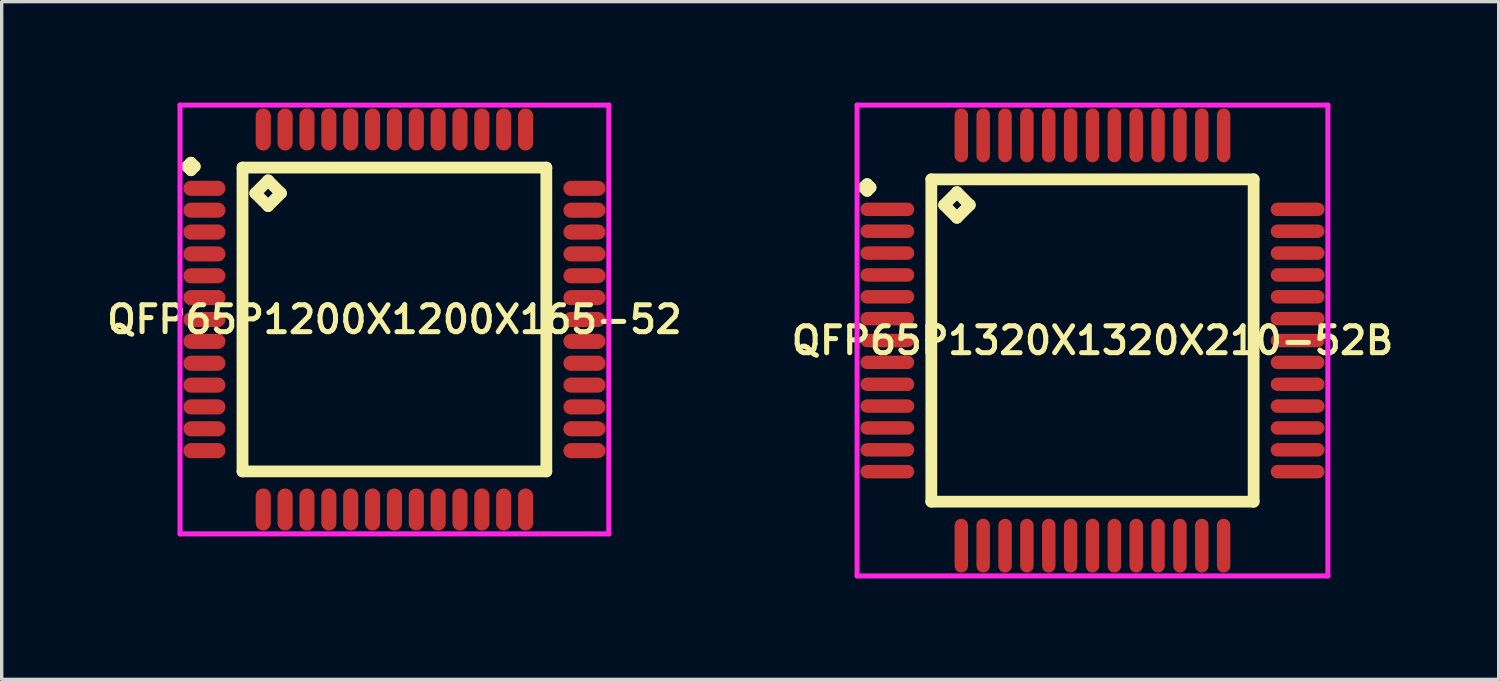
<source format=kicad_pcb>
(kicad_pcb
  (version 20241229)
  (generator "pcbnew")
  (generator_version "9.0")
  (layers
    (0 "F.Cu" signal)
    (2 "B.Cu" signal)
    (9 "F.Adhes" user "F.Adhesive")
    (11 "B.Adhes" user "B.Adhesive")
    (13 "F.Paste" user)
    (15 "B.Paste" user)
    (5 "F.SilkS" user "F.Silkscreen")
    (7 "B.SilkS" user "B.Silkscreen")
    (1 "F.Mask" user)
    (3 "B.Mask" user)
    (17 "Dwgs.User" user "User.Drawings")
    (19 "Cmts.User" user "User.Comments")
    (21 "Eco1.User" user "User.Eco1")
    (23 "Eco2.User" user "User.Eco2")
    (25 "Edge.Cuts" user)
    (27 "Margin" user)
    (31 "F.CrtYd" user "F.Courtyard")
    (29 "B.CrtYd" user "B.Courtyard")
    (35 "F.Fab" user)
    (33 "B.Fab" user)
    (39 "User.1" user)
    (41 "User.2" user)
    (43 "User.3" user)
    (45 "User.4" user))
  (footprint "QFP65P1200X1200X165-52"
    (layer "F.Cu")
    (at 8.678 6.45)
    (property "Reference" "QFP65P1200X1200X165-52" (at 0 0 0) (layer "F.SilkS") (effects (font (size 0.8 0.8) (thickness 0.15))))
    (attr through_hole)
    (fp_line (start -6.162 -4.55) (end -6.05 -4.662) (stroke (width 0.35) (type solid)) (layer "F.SilkS"))
    (fp_line (start -6.05 -4.662) (end -5.938 -4.55) (stroke (width 0.35) (type solid)) (layer "F.SilkS"))
    (fp_line (start -6.05 -4.438) (end -6.162 -4.55) (stroke (width 0.35) (type solid)) (layer "F.SilkS"))
    (fp_line (start -5.938 -4.55) (end -6.05 -4.438) (stroke (width 0.35) (type solid)) (layer "F.SilkS"))
    (fp_line (start -4.517 -4.517) (end -4.517 4.517) (stroke (width 0.35) (type solid)) (layer "F.SilkS"))
    (fp_line (start -4.517 4.517) (end 4.517 4.517) (stroke (width 0.35) (type solid)) (layer "F.SilkS"))
    (fp_line (start -4.136 -3.755) (end -3.755 -4.136) (stroke (width 0.35) (type solid)) (layer "F.SilkS"))
    (fp_line (start -3.755 -4.136) (end -3.374 -3.755) (stroke (width 0.35) (type solid)) (layer "F.SilkS"))
    (fp_line (start -3.755 -3.374) (end -4.136 -3.755) (stroke (width 0.35) (type solid)) (layer "F.SilkS"))
    (fp_line (start -3.374 -3.755) (end -3.755 -3.374) (stroke (width 0.35) (type solid)) (layer "F.SilkS"))
    (fp_line (start 4.517 -4.517) (end -4.517 -4.517) (stroke (width 0.35) (type solid)) (layer "F.SilkS"))
    (fp_line (start 4.517 4.517) (end 4.517 -4.517) (stroke (width 0.35) (type solid)) (layer "F.SilkS"))
    (fp_line (start -6.375 -6.375) (end 6.375 -6.375) (stroke (width 0.15) (type solid)) (layer "F.CrtYd"))
    (fp_line (start -6.375 6.375) (end -6.375 -6.375) (stroke (width 0.15) (type solid)) (layer "F.CrtYd"))
    (fp_line (start 6.375 -6.375) (end 6.375 6.375) (stroke (width 0.15) (type solid)) (layer "F.CrtYd"))
    (fp_line (start 6.375 6.375) (end -6.375 6.375) (stroke (width 0.15) (type solid)) (layer "F.CrtYd"))
    (pad "1" smd oval (at -5.65 -3.9) (size 1.25 0.45) (layers "F.Cu" "F.Mask" "F.Paste"))
    (pad "2" smd oval (at -5.65 -3.25) (size 1.25 0.45) (layers "F.Cu" "F.Mask" "F.Paste"))
    (pad "3" smd oval (at -5.65 -2.6) (size 1.25 0.45) (layers "F.Cu" "F.Mask" "F.Paste"))
    (pad "4" smd oval (at -5.65 -1.95) (size 1.25 0.45) (layers "F.Cu" "F.Mask" "F.Paste"))
    (pad "5" smd oval (at -5.65 -1.3) (size 1.25 0.45) (layers "F.Cu" "F.Mask" "F.Paste"))
    (pad "6" smd oval (at -5.65 -0.65) (size 1.25 0.45) (layers "F.Cu" "F.Mask" "F.Paste"))
    (pad "7" smd oval (at -5.65 0) (size 1.25 0.45) (layers "F.Cu" "F.Mask" "F.Paste"))
    (pad "8" smd oval (at -5.65 0.65) (size 1.25 0.45) (layers "F.Cu" "F.Mask" "F.Paste"))
    (pad "9" smd oval (at -5.65 1.3) (size 1.25 0.45) (layers "F.Cu" "F.Mask" "F.Paste"))
    (pad "10" smd oval (at -5.65 1.95) (size 1.25 0.45) (layers "F.Cu" "F.Mask" "F.Paste"))
    (pad "11" smd oval (at -5.65 2.6) (size 1.25 0.45) (layers "F.Cu" "F.Mask" "F.Paste"))
    (pad "12" smd oval (at -5.65 3.25) (size 1.25 0.45) (layers "F.Cu" "F.Mask" "F.Paste"))
    (pad "13" smd oval (at -5.65 3.9) (size 1.25 0.45) (layers "F.Cu" "F.Mask" "F.Paste"))
    (pad "14" smd oval (at -3.9 5.65) (size 0.45 1.25) (layers "F.Cu" "F.Mask" "F.Paste"))
    (pad "15" smd oval (at -3.25 5.65) (size 0.45 1.25) (layers "F.Cu" "F.Mask" "F.Paste"))
    (pad "16" smd oval (at -2.6 5.65) (size 0.45 1.25) (layers "F.Cu" "F.Mask" "F.Paste"))
    (pad "17" smd oval (at -1.95 5.65) (size 0.45 1.25) (layers "F.Cu" "F.Mask" "F.Paste"))
    (pad "18" smd oval (at -1.3 5.65) (size 0.45 1.25) (layers "F.Cu" "F.Mask" "F.Paste"))
    (pad "19" smd oval (at -0.65 5.65) (size 0.45 1.25) (layers "F.Cu" "F.Mask" "F.Paste"))
    (pad "20" smd oval (at 0 5.65) (size 0.45 1.25) (layers "F.Cu" "F.Mask" "F.Paste"))
    (pad "21" smd oval (at 0.65 5.65) (size 0.45 1.25) (layers "F.Cu" "F.Mask" "F.Paste"))
    (pad "22" smd oval (at 1.3 5.65) (size 0.45 1.25) (layers "F.Cu" "F.Mask" "F.Paste"))
    (pad "23" smd oval (at 1.95 5.65) (size 0.45 1.25) (layers "F.Cu" "F.Mask" "F.Paste"))
    (pad "24" smd oval (at 2.6 5.65) (size 0.45 1.25) (layers "F.Cu" "F.Mask" "F.Paste"))
    (pad "25" smd oval (at 3.25 5.65) (size 0.45 1.25) (layers "F.Cu" "F.Mask" "F.Paste"))
    (pad "26" smd oval (at 3.9 5.65) (size 0.45 1.25) (layers "F.Cu" "F.Mask" "F.Paste"))
    (pad "27" smd oval (at 5.65 3.9) (size 1.25 0.45) (layers "F.Cu" "F.Mask" "F.Paste"))
    (pad "28" smd oval (at 5.65 3.25) (size 1.25 0.45) (layers "F.Cu" "F.Mask" "F.Paste"))
    (pad "29" smd oval (at 5.65 2.6) (size 1.25 0.45) (layers "F.Cu" "F.Mask" "F.Paste"))
    (pad "30" smd oval (at 5.65 1.95) (size 1.25 0.45) (layers "F.Cu" "F.Mask" "F.Paste"))
    (pad "31" smd oval (at 5.65 1.3) (size 1.25 0.45) (layers "F.Cu" "F.Mask" "F.Paste"))
    (pad "32" smd oval (at 5.65 0.65) (size 1.25 0.45) (layers "F.Cu" "F.Mask" "F.Paste"))
    (pad "33" smd oval (at 5.65 0) (size 1.25 0.45) (layers "F.Cu" "F.Mask" "F.Paste"))
    (pad "34" smd oval (at 5.65 -0.65) (size 1.25 0.45) (layers "F.Cu" "F.Mask" "F.Paste"))
    (pad "35" smd oval (at 5.65 -1.3) (size 1.25 0.45) (layers "F.Cu" "F.Mask" "F.Paste"))
    (pad "36" smd oval (at 5.65 -1.95) (size 1.25 0.45) (layers "F.Cu" "F.Mask" "F.Paste"))
    (pad "37" smd oval (at 5.65 -2.6) (size 1.25 0.45) (layers "F.Cu" "F.Mask" "F.Paste"))
    (pad "38" smd oval (at 5.65 -3.25) (size 1.25 0.45) (layers "F.Cu" "F.Mask" "F.Paste"))
    (pad "39" smd oval (at 5.65 -3.9) (size 1.25 0.45) (layers "F.Cu" "F.Mask" "F.Paste"))
    (pad "40" smd oval (at 3.9 -5.65) (size 0.45 1.25) (layers "F.Cu" "F.Mask" "F.Paste"))
    (pad "41" smd oval (at 3.25 -5.65) (size 0.45 1.25) (layers "F.Cu" "F.Mask" "F.Paste"))
    (pad "42" smd oval (at 2.6 -5.65) (size 0.45 1.25) (layers "F.Cu" "F.Mask" "F.Paste"))
    (pad "43" smd oval (at 1.95 -5.65) (size 0.45 1.25) (layers "F.Cu" "F.Mask" "F.Paste"))
    (pad "44" smd oval (at 1.3 -5.65) (size 0.45 1.25) (layers "F.Cu" "F.Mask" "F.Paste"))
    (pad "45" smd oval (at 0.65 -5.65) (size 0.45 1.25) (layers "F.Cu" "F.Mask" "F.Paste"))
    (pad "46" smd oval (at 0 -5.65) (size 0.45 1.25) (layers "F.Cu" "F.Mask" "F.Paste"))
    (pad "47" smd oval (at -0.65 -5.65) (size 0.45 1.25) (layers "F.Cu" "F.Mask" "F.Paste"))
    (pad "48" smd oval (at -1.3 -5.65) (size 0.45 1.25) (layers "F.Cu" "F.Mask" "F.Paste"))
    (pad "49" smd oval (at -1.95 -5.65) (size 0.45 1.25) (layers "F.Cu" "F.Mask" "F.Paste"))
    (pad "50" smd oval (at -2.6 -5.65) (size 0.45 1.25) (layers "F.Cu" "F.Mask" "F.Paste"))
    (pad "51" smd oval (at -3.25 -5.65) (size 0.45 1.25) (layers "F.Cu" "F.Mask" "F.Paste"))
    (pad "52" smd oval (at -3.9 -5.65) (size 0.45 1.25) (layers "F.Cu" "F.Mask" "F.Paste")))
  (footprint "QFP65P1320X1320X210-52B"
    (layer "F.Cu")
    (at 29.435 7.075)
    (property "Reference" "QFP65P1320X1320X210-52B" (at 0 0 0) (layer "F.SilkS") (effects (font (size 0.8 0.8) (thickness 0.15))))
    (attr smd)
    (fp_line (start -6.8 -4.55) (end -6.7 -4.65) (stroke (width 0.35) (type solid)) (layer "F.SilkS"))
    (fp_line (start -6.7 -4.65) (end -6.6 -4.55) (stroke (width 0.35) (type solid)) (layer "F.SilkS"))
    (fp_line (start -6.7 -4.45) (end -6.8 -4.55) (stroke (width 0.35) (type solid)) (layer "F.SilkS"))
    (fp_line (start -6.6 -4.55) (end -6.7 -4.45) (stroke (width 0.35) (type solid)) (layer "F.SilkS"))
    (fp_line (start -4.792 -4.792) (end -4.792 4.792) (stroke (width 0.35) (type solid)) (layer "F.SilkS"))
    (fp_line (start -4.792 4.792) (end 4.792 4.792) (stroke (width 0.35) (type solid)) (layer "F.SilkS"))
    (fp_line (start -4.411 -4.03) (end -4.03 -4.411) (stroke (width 0.35) (type solid)) (layer "F.SilkS"))
    (fp_line (start -4.03 -4.411) (end -3.649 -4.03) (stroke (width 0.35) (type solid)) (layer "F.SilkS"))
    (fp_line (start -4.03 -3.649) (end -4.411 -4.03) (stroke (width 0.35) (type solid)) (layer "F.SilkS"))
    (fp_line (start -3.649 -4.03) (end -4.03 -3.649) (stroke (width 0.35) (type solid)) (layer "F.SilkS"))
    (fp_line (start 4.792 -4.792) (end -4.792 -4.792) (stroke (width 0.35) (type solid)) (layer "F.SilkS"))
    (fp_line (start 4.792 4.792) (end 4.792 -4.792) (stroke (width 0.35) (type solid)) (layer "F.SilkS"))
    (fp_line (start -7 -7) (end 7 -7) (stroke (width 0.15) (type solid)) (layer "F.CrtYd"))
    (fp_line (start -7 7) (end -7 -7) (stroke (width 0.15) (type solid)) (layer "F.CrtYd"))
    (fp_line (start 7 -7) (end 7 7) (stroke (width 0.15) (type solid)) (layer "F.CrtYd"))
    (fp_line (start 7 7) (end -7 7) (stroke (width 0.15) (type solid)) (layer "F.CrtYd"))
    (pad "1" smd oval (at -6.1 -3.9) (size 1.6 0.4) (layers "F.Cu" "F.Mask" "F.Paste"))
    (pad "2" smd oval (at -6.1 -3.25) (size 1.6 0.4) (layers "F.Cu" "F.Mask" "F.Paste"))
    (pad "3" smd oval (at -6.1 -2.6) (size 1.6 0.4) (layers "F.Cu" "F.Mask" "F.Paste"))
    (pad "4" smd oval (at -6.1 -1.95) (size 1.6 0.4) (layers "F.Cu" "F.Mask" "F.Paste"))
    (pad "5" smd oval (at -6.1 -1.3) (size 1.6 0.4) (layers "F.Cu" "F.Mask" "F.Paste"))
    (pad "6" smd oval (at -6.1 -0.65) (size 1.6 0.4) (layers "F.Cu" "F.Mask" "F.Paste"))
    (pad "7" smd oval (at -6.1 0) (size 1.6 0.4) (layers "F.Cu" "F.Mask" "F.Paste"))
    (pad "8" smd oval (at -6.1 0.65) (size 1.6 0.4) (layers "F.Cu" "F.Mask" "F.Paste"))
    (pad "9" smd oval (at -6.1 1.3) (size 1.6 0.4) (layers "F.Cu" "F.Mask" "F.Paste"))
    (pad "10" smd oval (at -6.1 1.95) (size 1.6 0.4) (layers "F.Cu" "F.Mask" "F.Paste"))
    (pad "11" smd oval (at -6.1 2.6) (size 1.6 0.4) (layers "F.Cu" "F.Mask" "F.Paste"))
    (pad "12" smd oval (at -6.1 3.25) (size 1.6 0.4) (layers "F.Cu" "F.Mask" "F.Paste"))
    (pad "13" smd oval (at -6.1 3.9) (size 1.6 0.4) (layers "F.Cu" "F.Mask" "F.Paste"))
    (pad "14" smd oval (at -3.9 6.1) (size 0.4 1.6) (layers "F.Cu" "F.Mask" "F.Paste"))
    (pad "15" smd oval (at -3.25 6.1) (size 0.4 1.6) (layers "F.Cu" "F.Mask" "F.Paste"))
    (pad "16" smd oval (at -2.6 6.1) (size 0.4 1.6) (layers "F.Cu" "F.Mask" "F.Paste"))
    (pad "17" smd oval (at -1.95 6.1) (size 0.4 1.6) (layers "F.Cu" "F.Mask" "F.Paste"))
    (pad "18" smd oval (at -1.3 6.1) (size 0.4 1.6) (layers "F.Cu" "F.Mask" "F.Paste"))
    (pad "19" smd oval (at -0.65 6.1) (size 0.4 1.6) (layers "F.Cu" "F.Mask" "F.Paste"))
    (pad "20" smd oval (at 0 6.1) (size 0.4 1.6) (layers "F.Cu" "F.Mask" "F.Paste"))
    (pad "21" smd oval (at 0.65 6.1) (size 0.4 1.6) (layers "F.Cu" "F.Mask" "F.Paste"))
    (pad "22" smd oval (at 1.3 6.1) (size 0.4 1.6) (layers "F.Cu" "F.Mask" "F.Paste"))
    (pad "23" smd oval (at 1.95 6.1) (size 0.4 1.6) (layers "F.Cu" "F.Mask" "F.Paste"))
    (pad "24" smd oval (at 2.6 6.1) (size 0.4 1.6) (layers "F.Cu" "F.Mask" "F.Paste"))
    (pad "25" smd oval (at 3.25 6.1) (size 0.4 1.6) (layers "F.Cu" "F.Mask" "F.Paste"))
    (pad "26" smd oval (at 3.9 6.1) (size 0.4 1.6) (layers "F.Cu" "F.Mask" "F.Paste"))
    (pad "27" smd oval (at 6.1 3.9) (size 1.6 0.4) (layers "F.Cu" "F.Mask" "F.Paste"))
    (pad "28" smd oval (at 6.1 3.25) (size 1.6 0.4) (layers "F.Cu" "F.Mask" "F.Paste"))
    (pad "29" smd oval (at 6.1 2.6) (size 1.6 0.4) (layers "F.Cu" "F.Mask" "F.Paste"))
    (pad "30" smd oval (at 6.1 1.95) (size 1.6 0.4) (layers "F.Cu" "F.Mask" "F.Paste"))
    (pad "31" smd oval (at 6.1 1.3) (size 1.6 0.4) (layers "F.Cu" "F.Mask" "F.Paste"))
    (pad "32" smd oval (at 6.1 0.65) (size 1.6 0.4) (layers "F.Cu" "F.Mask" "F.Paste"))
    (pad "33" smd oval (at 6.1 0) (size 1.6 0.4) (layers "F.Cu" "F.Mask" "F.Paste"))
    (pad "34" smd oval (at 6.1 -0.65) (size 1.6 0.4) (layers "F.Cu" "F.Mask" "F.Paste"))
    (pad "35" smd oval (at 6.1 -1.3) (size 1.6 0.4) (layers "F.Cu" "F.Mask" "F.Paste"))
    (pad "36" smd oval (at 6.1 -1.95) (size 1.6 0.4) (layers "F.Cu" "F.Mask" "F.Paste"))
    (pad "37" smd oval (at 6.1 -2.6) (size 1.6 0.4) (layers "F.Cu" "F.Mask" "F.Paste"))
    (pad "38" smd oval (at 6.1 -3.25) (size 1.6 0.4) (layers "F.Cu" "F.Mask" "F.Paste"))
    (pad "39" smd oval (at 6.1 -3.9) (size 1.6 0.4) (layers "F.Cu" "F.Mask" "F.Paste"))
    (pad "40" smd oval (at 3.9 -6.1) (size 0.4 1.6) (layers "F.Cu" "F.Mask" "F.Paste"))
    (pad "41" smd oval (at 3.25 -6.1) (size 0.4 1.6) (layers "F.Cu" "F.Mask" "F.Paste"))
    (pad "42" smd oval (at 2.6 -6.1) (size 0.4 1.6) (layers "F.Cu" "F.Mask" "F.Paste"))
    (pad "43" smd oval (at 1.95 -6.1) (size 0.4 1.6) (layers "F.Cu" "F.Mask" "F.Paste"))
    (pad "44" smd oval (at 1.3 -6.1) (size 0.4 1.6) (layers "F.Cu" "F.Mask" "F.Paste"))
    (pad "45" smd oval (at 0.65 -6.1) (size 0.4 1.6) (layers "F.Cu" "F.Mask" "F.Paste"))
    (pad "46" smd oval (at 0 -6.1) (size 0.4 1.6) (layers "F.Cu" "F.Mask" "F.Paste"))
    (pad "47" smd oval (at -0.65 -6.1) (size 0.4 1.6) (layers "F.Cu" "F.Mask" "F.Paste"))
    (pad "48" smd oval (at -1.3 -6.1) (size 0.4 1.6) (layers "F.Cu" "F.Mask" "F.Paste"))
    (pad "49" smd oval (at -1.95 -6.1) (size 0.4 1.6) (layers "F.Cu" "F.Mask" "F.Paste"))
    (pad "50" smd oval (at -2.6 -6.1) (size 0.4 1.6) (layers "F.Cu" "F.Mask" "F.Paste"))
    (pad "51" smd oval (at -3.25 -6.1) (size 0.4 1.6) (layers "F.Cu" "F.Mask" "F.Paste"))
    (pad "52" smd oval (at -3.9 -6.1) (size 0.4 1.6) (layers "F.Cu" "F.Mask" "F.Paste")))
  (gr_rect
    (start -3 -3)
    (end 41.513 17.15)
    (stroke (width 0.1) (type default))
    (fill no)
    (layer "Edge.Cuts")))
</source>
